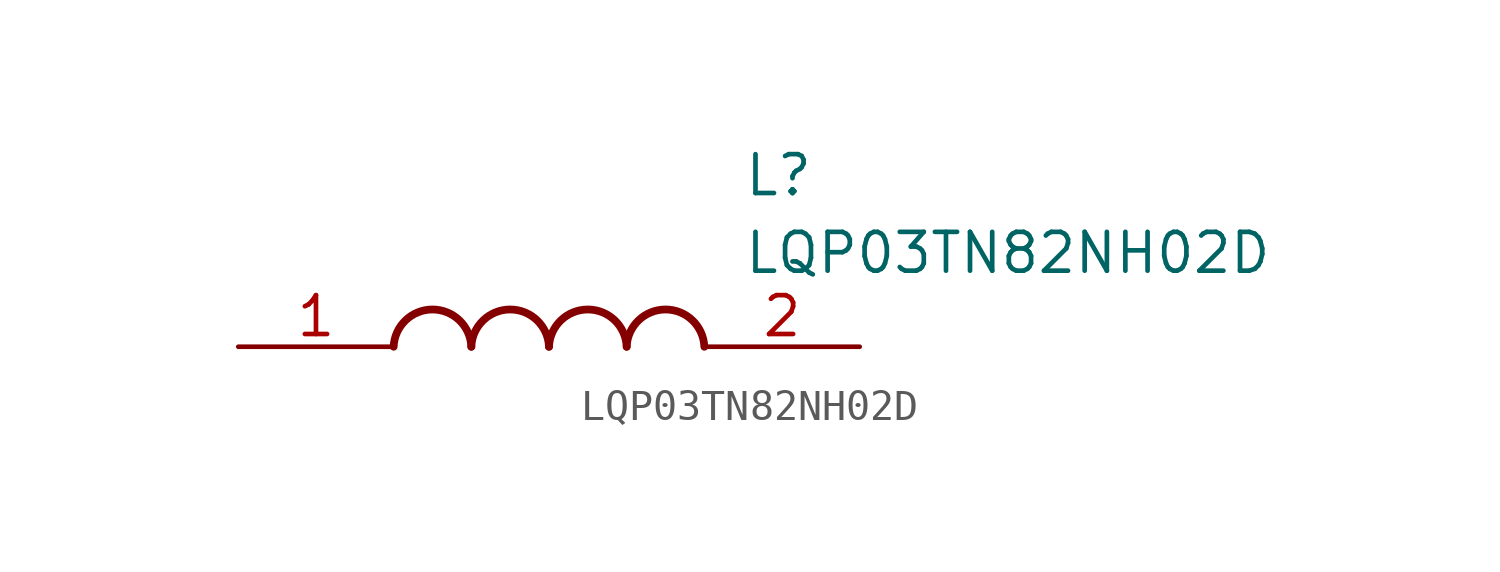
<source format=kicad_sym>
(kicad_symbol_lib
  (version 20211014)
  (generator SamacSys_ECAD_Model)
  (symbol "LQP03TN82NH02D"
    (pin_names hide)
    (property "Reference" "L"
      (at 16.51 6.35 0)
      (effects (font (size 1.27 1.27)) (justify left top)))
    (property "Value" "LQP03TN82NH02D"
      (at 16.51 3.81 0)
      (effects (font (size 1.27 1.27)) (justify left top)))
    (arc
      (start 7.62 0)
      (mid 6.35 1.219)
      (end 5.08 0)
      (stroke (width 0.254) (type default))
      (fill (type none)))
    (arc
      (start 10.16 0)
      (mid 8.89 1.219)
      (end 7.62 0)
      (stroke (width 0.254) (type default))
      (fill (type none)))
    (arc
      (start 12.7 0)
      (mid 11.43 1.219)
      (end 10.16 0)
      (stroke (width 0.254) (type default))
      (fill (type none)))
    (arc
      (start 15.24 0)
      (mid 13.97 1.219)
      (end 12.7 0)
      (stroke (width 0.254) (type default))
      (fill (type none)))
    (pin passive line
      (at 0 0 0)
      (length 5.08)
      (name "1" (effects (font (size 1.27 1.27))))
      (number "1" (effects (font (size 1.27 1.27)))))
    (pin passive line
      (at 20.32 0 180)
      (length 5.08)
      (name "2" (effects (font (size 1.27 1.27))))
      (number "2" (effects (font (size 1.27 1.27)))))))
</source>
